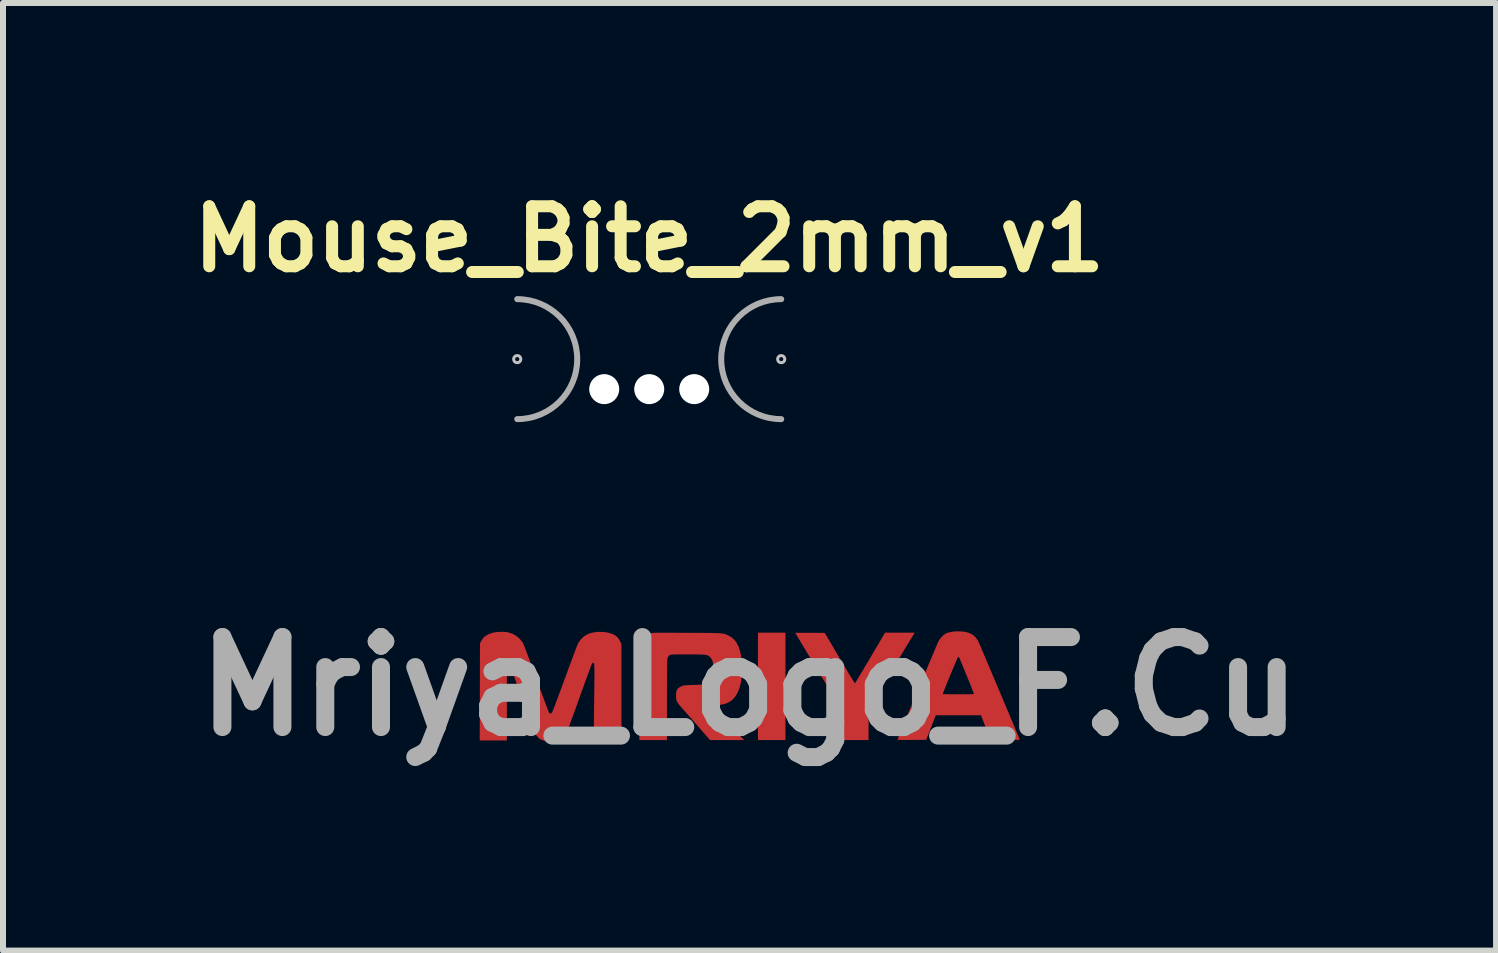
<source format=kicad_pcb>
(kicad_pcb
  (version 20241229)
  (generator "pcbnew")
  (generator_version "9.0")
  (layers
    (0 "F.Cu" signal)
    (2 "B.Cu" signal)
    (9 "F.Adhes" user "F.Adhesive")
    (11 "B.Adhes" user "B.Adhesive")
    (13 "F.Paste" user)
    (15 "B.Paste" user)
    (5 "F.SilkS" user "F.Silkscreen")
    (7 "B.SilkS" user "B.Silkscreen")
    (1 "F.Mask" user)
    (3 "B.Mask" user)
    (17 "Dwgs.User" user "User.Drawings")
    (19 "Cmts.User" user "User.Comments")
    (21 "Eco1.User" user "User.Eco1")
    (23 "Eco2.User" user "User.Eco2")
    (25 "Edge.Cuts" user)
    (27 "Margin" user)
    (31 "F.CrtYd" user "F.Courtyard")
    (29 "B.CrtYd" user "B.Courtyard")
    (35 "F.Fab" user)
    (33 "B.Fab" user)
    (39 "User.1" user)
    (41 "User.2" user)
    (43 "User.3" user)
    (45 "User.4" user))
  (footprint "Mriya_Logo_F.Cu"
    (layer "F.Cu")
    (at 9.443 8.39)
    (property "Reference" "Mriya_Logo_F.Cu" (at 0 0 0) (layer "F.Fab") (effects (font (size 1.5 1.5) (thickness 0.3))))
    (attr board_only exclude_from_pos_files exclude_from_bom)
    (fp_poly (pts (xy 0.599 0) (xy 0.599 0.895) (xy 0.37 0.895) (xy 0.14 0.895) (xy 0.14 0) (xy 0.14 -0.895) (xy 0.37 -0.895) (xy 0.599 -0.895)) (stroke (width 0) (type solid)) (fill yes) (layer "F.Cu"))
    (fp_poly (pts (xy 2.724 -0.846) (xy 2.715 -0.832) (xy 2.699 -0.806) (xy 2.676 -0.769) (xy 2.648 -0.721) (xy 2.613 -0.665) (xy 2.574 -0.6) (xy 2.531 -0.528) (xy 2.484 -0.451) (xy 2.434 -0.368) (xy 2.382 -0.282) (xy 2.339 -0.211) (xy 1.984 0.375) (xy 1.984 0.635) (xy 1.984 0.895) (xy 1.754 0.895) (xy 1.525 0.895) (xy 1.525 0.635) (xy 1.525 0.375) (xy 1.144 -0.256) (xy 1.089 -0.347) (xy 1.037 -0.434) (xy 0.987 -0.516) (xy 0.941 -0.592) (xy 0.899 -0.662) (xy 0.862 -0.724) (xy 0.83 -0.778) (xy 0.803 -0.822) (xy 0.783 -0.857) (xy 0.769 -0.88) (xy 0.763 -0.89) (xy 0.762 -0.891) (xy 0.77 -0.892) (xy 0.791 -0.893) (xy 0.824 -0.893) (xy 0.867 -0.893) (xy 0.918 -0.893) (xy 0.976 -0.893) (xy 1.008 -0.893) (xy 1.254 -0.891) (xy 1.503 -0.469) (xy 1.547 -0.395) (xy 1.588 -0.325) (xy 1.627 -0.261) (xy 1.661 -0.203) (xy 1.692 -0.153) (xy 1.717 -0.112) (xy 1.737 -0.08) (xy 1.751 -0.059) (xy 1.757 -0.05) (xy 1.758 -0.05) (xy 1.762 -0.057) (xy 1.774 -0.077) (xy 1.793 -0.107) (xy 1.817 -0.148) (xy 1.847 -0.197) (xy 1.881 -0.254) (xy 1.918 -0.318) (xy 1.959 -0.386) (xy 2.003 -0.46) (xy 2.011 -0.474) (xy 2.259 -0.895) (xy 2.507 -0.895) (xy 2.754 -0.895)) (stroke (width 0) (type solid)) (fill yes) (layer "F.Cu"))
    (fp_poly (pts (xy 3.53 -0.916) (xy 3.594 -0.908) (xy 3.651 -0.894) (xy 3.651 -0.894) (xy 3.708 -0.867) (xy 3.757 -0.828) (xy 3.798 -0.778) (xy 3.81 -0.757) (xy 3.815 -0.746) (xy 3.825 -0.722) (xy 3.841 -0.686) (xy 3.861 -0.638) (xy 3.886 -0.581) (xy 3.914 -0.515) (xy 3.945 -0.442) (xy 3.979 -0.362) (xy 4.015 -0.277) (xy 4.052 -0.188) (xy 4.091 -0.096) (xy 4.131 -0.002) (xy 4.171 0.093) (xy 4.211 0.188) (xy 4.25 0.281) (xy 4.288 0.372) (xy 4.325 0.458) (xy 4.359 0.54) (xy 4.391 0.616) (xy 4.42 0.685) (xy 4.445 0.746) (xy 4.466 0.797) (xy 4.483 0.838) (xy 4.495 0.867) (xy 4.501 0.882) (xy 4.502 0.885) (xy 4.499 0.888) (xy 4.492 0.89) (xy 4.479 0.892) (xy 4.458 0.893) (xy 4.427 0.893) (xy 4.386 0.894) (xy 4.332 0.893) (xy 4.265 0.893) (xy 4.263 0.893) (xy 4.019 0.891) (xy 3.938 0.687) (xy 3.857 0.482) (xy 3.481 0.482) (xy 3.105 0.482) (xy 3.024 0.687) (xy 2.944 0.891) (xy 2.705 0.893) (xy 2.632 0.893) (xy 2.574 0.893) (xy 2.529 0.893) (xy 2.497 0.891) (xy 2.477 0.89) (xy 2.467 0.887) (xy 2.466 0.886) (xy 2.469 0.878) (xy 2.478 0.856) (xy 2.491 0.823) (xy 2.509 0.778) (xy 2.532 0.723) (xy 2.558 0.66) (xy 2.587 0.589) (xy 2.619 0.511) (xy 2.654 0.428) (xy 2.69 0.341) (xy 2.728 0.25) (xy 2.767 0.157) (xy 2.779 0.128) (xy 3.221 0.128) (xy 3.228 0.129) (xy 3.249 0.13) (xy 3.283 0.131) (xy 3.326 0.131) (xy 3.378 0.132) (xy 3.436 0.132) (xy 3.482 0.132) (xy 3.552 0.132) (xy 3.609 0.132) (xy 3.653 0.132) (xy 3.686 0.131) (xy 3.709 0.13) (xy 3.725 0.129) (xy 3.734 0.127) (xy 3.738 0.124) (xy 3.739 0.121) (xy 3.738 0.116) (xy 3.733 0.103) (xy 3.723 0.078) (xy 3.709 0.043) (xy 3.692 -0.001) (xy 3.672 -0.051) (xy 3.65 -0.105) (xy 3.627 -0.162) (xy 3.603 -0.22) (xy 3.58 -0.276) (xy 3.558 -0.329) (xy 3.539 -0.377) (xy 3.522 -0.417) (xy 3.508 -0.449) (xy 3.499 -0.47) (xy 3.495 -0.478) (xy 3.486 -0.494) (xy 3.471 -0.478) (xy 3.466 -0.469) (xy 3.456 -0.447) (xy 3.442 -0.415) (xy 3.424 -0.373) (xy 3.404 -0.325) (xy 3.381 -0.272) (xy 3.358 -0.215) (xy 3.334 -0.158) (xy 3.31 -0.1) (xy 3.288 -0.046) (xy 3.268 0.005) (xy 3.25 0.049) (xy 3.236 0.085) (xy 3.226 0.112) (xy 3.221 0.126) (xy 3.221 0.128) (xy 2.779 0.128) (xy 2.806 0.063) (xy 2.845 -0.031) (xy 2.884 -0.124) (xy 2.922 -0.214) (xy 2.959 -0.302) (xy 2.993 -0.384) (xy 3.026 -0.461) (xy 3.055 -0.532) (xy 3.082 -0.594) (xy 3.104 -0.648) (xy 3.123 -0.692) (xy 3.137 -0.724) (xy 3.146 -0.745) (xy 3.149 -0.75) (xy 3.172 -0.788) (xy 3.204 -0.825) (xy 3.238 -0.858) (xy 3.272 -0.881) (xy 3.282 -0.886) (xy 3.333 -0.902) (xy 3.394 -0.913) (xy 3.461 -0.917)) (stroke (width 0) (type solid)) (fill yes) (layer "F.Cu"))
    (fp_poly (pts (xy -1.302 -0.894) (xy -1.217 -0.893) (xy -1.118 -0.893) (xy -1.046 -0.893) (xy -0.935 -0.892) (xy -0.838 -0.892) (xy -0.754 -0.891) (xy -0.683 -0.89) (xy -0.622 -0.89) (xy -0.571 -0.888) (xy -0.529 -0.887) (xy -0.494 -0.885) (xy -0.466 -0.882) (xy -0.442 -0.879) (xy -0.423 -0.875) (xy -0.406 -0.871) (xy -0.391 -0.865) (xy -0.376 -0.859) (xy -0.361 -0.852) (xy -0.347 -0.845) (xy -0.296 -0.814) (xy -0.253 -0.776) (xy -0.219 -0.731) (xy -0.186 -0.67) (xy -0.16 -0.596) (xy -0.141 -0.51) (xy -0.129 -0.414) (xy -0.125 -0.31) (xy -0.125 -0.307) (xy -0.129 -0.188) (xy -0.141 -0.082) (xy -0.162 0.011) (xy -0.192 0.091) (xy -0.229 0.159) (xy -0.267 0.205) (xy -0.312 0.245) (xy -0.363 0.274) (xy -0.42 0.295) (xy -0.487 0.307) (xy -0.565 0.311) (xy -0.574 0.311) (xy -0.609 0.312) (xy -0.637 0.313) (xy -0.655 0.315) (xy -0.661 0.317) (xy -0.656 0.323) (xy -0.641 0.34) (xy -0.616 0.365) (xy -0.584 0.398) (xy -0.545 0.438) (xy -0.5 0.484) (xy -0.45 0.534) (xy -0.396 0.588) (xy -0.375 0.609) (xy -0.09 0.895) (xy -0.374 0.895) (xy -0.659 0.895) (xy -0.861 0.663) (xy -0.908 0.609) (xy -0.954 0.556) (xy -0.998 0.506) (xy -1.038 0.461) (xy -1.073 0.422) (xy -1.1 0.391) (xy -1.12 0.37) (xy -1.12 0.369) (xy -1.147 0.338) (xy -1.173 0.306) (xy -1.193 0.278) (xy -1.202 0.264) (xy -1.214 0.24) (xy -1.221 0.22) (xy -1.224 0.196) (xy -1.225 0.164) (xy -1.225 0.156) (xy -1.223 0.107) (xy -1.215 0.071) (xy -1.201 0.043) (xy -1.177 0.022) (xy -1.148 0.004) (xy -1.133 -0.003) (xy -1.12 -0.009) (xy -1.105 -0.013) (xy -1.088 -0.016) (xy -1.064 -0.018) (xy -1.033 -0.02) (xy -0.991 -0.022) (xy -0.937 -0.023) (xy -0.927 -0.024) (xy -0.86 -0.026) (xy -0.806 -0.029) (xy -0.764 -0.032) (xy -0.731 -0.037) (xy -0.706 -0.044) (xy -0.686 -0.053) (xy -0.67 -0.064) (xy -0.656 -0.076) (xy -0.635 -0.104) (xy -0.619 -0.14) (xy -0.609 -0.186) (xy -0.604 -0.245) (xy -0.603 -0.28) (xy -0.605 -0.341) (xy -0.61 -0.389) (xy -0.619 -0.427) (xy -0.633 -0.457) (xy -0.652 -0.482) (xy -0.665 -0.495) (xy -0.677 -0.505) (xy -0.691 -0.513) (xy -0.708 -0.519) (xy -0.73 -0.524) (xy -0.758 -0.528) (xy -0.795 -0.53) (xy -0.84 -0.532) (xy -0.897 -0.533) (xy -0.967 -0.533) (xy -1.032 -0.533) (xy -1.106 -0.533) (xy -1.166 -0.533) (xy -1.213 -0.532) (xy -1.25 -0.532) (xy -1.277 -0.531) (xy -1.297 -0.529) (xy -1.311 -0.527) (xy -1.321 -0.525) (xy -1.329 -0.521) (xy -1.335 -0.517) (xy -1.336 -0.517) (xy -1.354 -0.497) (xy -1.367 -0.474) (xy -1.367 -0.474) (xy -1.369 -0.465) (xy -1.37 -0.447) (xy -1.371 -0.42) (xy -1.373 -0.383) (xy -1.374 -0.336) (xy -1.374 -0.277) (xy -1.375 -0.207) (xy -1.376 -0.124) (xy -1.376 -0.027) (xy -1.376 0.084) (xy -1.377 0.209) (xy -1.377 0.224) (xy -1.377 0.895) (xy -1.607 0.895) (xy -1.836 0.895) (xy -1.834 0.091) (xy -1.834 -0.042) (xy -1.834 -0.16) (xy -1.833 -0.265) (xy -1.833 -0.357) (xy -1.832 -0.438) (xy -1.832 -0.507) (xy -1.831 -0.566) (xy -1.829 -0.616) (xy -1.827 -0.657) (xy -1.825 -0.692) (xy -1.822 -0.72) (xy -1.819 -0.742) (xy -1.814 -0.76) (xy -1.809 -0.774) (xy -1.803 -0.785) (xy -1.797 -0.795) (xy -1.789 -0.803) (xy -1.78 -0.812) (xy -1.77 -0.821) (xy -1.765 -0.826) (xy -1.739 -0.849) (xy -1.712 -0.865) (xy -1.677 -0.878) (xy -1.675 -0.879) (xy -1.664 -0.882) (xy -1.654 -0.885) (xy -1.643 -0.887) (xy -1.629 -0.889) (xy -1.612 -0.89) (xy -1.59 -0.892) (xy -1.563 -0.893) (xy -1.529 -0.893) (xy -1.487 -0.894) (xy -1.436 -0.894) (xy -1.375 -0.894)) (stroke (width 0) (type solid)) (fill yes) (layer "F.Cu"))
    (fp_poly (pts (xy -4.087 -0.908) (xy -4.034 -0.902) (xy -4.015 -0.898) (xy -3.947 -0.875) (xy -3.885 -0.839) (xy -3.831 -0.793) (xy -3.787 -0.738) (xy -3.765 -0.699) (xy -3.759 -0.683) (xy -3.748 -0.655) (xy -3.732 -0.614) (xy -3.713 -0.562) (xy -3.69 -0.501) (xy -3.665 -0.432) (xy -3.637 -0.356) (xy -3.607 -0.275) (xy -3.575 -0.189) (xy -3.548 -0.115) (xy -3.516 -0.028) (xy -3.486 0.056) (xy -3.457 0.134) (xy -3.43 0.206) (xy -3.407 0.27) (xy -3.386 0.326) (xy -3.369 0.371) (xy -3.356 0.405) (xy -3.347 0.427) (xy -3.344 0.435) (xy -3.327 0.452) (xy -3.31 0.454) (xy -3.297 0.445) (xy -3.292 0.436) (xy -3.282 0.413) (xy -3.268 0.378) (xy -3.25 0.332) (xy -3.229 0.275) (xy -3.204 0.21) (xy -3.177 0.137) (xy -3.147 0.058) (xy -3.116 -0.027) (xy -3.083 -0.116) (xy -3.08 -0.124) (xy -3.047 -0.214) (xy -3.016 -0.301) (xy -2.985 -0.382) (xy -2.957 -0.458) (xy -2.932 -0.526) (xy -2.909 -0.586) (xy -2.89 -0.637) (xy -2.874 -0.676) (xy -2.863 -0.704) (xy -2.857 -0.718) (xy -2.857 -0.718) (xy -2.816 -0.779) (xy -2.767 -0.828) (xy -2.709 -0.865) (xy -2.641 -0.891) (xy -2.562 -0.905) (xy -2.524 -0.908) (xy -2.437 -0.907) (xy -2.358 -0.896) (xy -2.29 -0.875) (xy -2.261 -0.862) (xy -2.222 -0.837) (xy -2.193 -0.808) (xy -2.168 -0.771) (xy -2.156 -0.747) (xy -2.135 -0.704) (xy -2.135 0.097) (xy -2.135 0.899) (xy -2.361 0.901) (xy -2.418 0.901) (xy -2.471 0.901) (xy -2.517 0.9) (xy -2.553 0.899) (xy -2.579 0.898) (xy -2.591 0.896) (xy -2.592 0.896) (xy -2.593 0.887) (xy -2.594 0.864) (xy -2.594 0.828) (xy -2.594 0.78) (xy -2.594 0.721) (xy -2.594 0.652) (xy -2.594 0.575) (xy -2.593 0.49) (xy -2.592 0.4) (xy -2.591 0.304) (xy -2.59 0.263) (xy -2.589 0.146) (xy -2.587 0.044) (xy -2.586 -0.044) (xy -2.586 -0.12) (xy -2.585 -0.184) (xy -2.585 -0.238) (xy -2.586 -0.281) (xy -2.586 -0.316) (xy -2.588 -0.343) (xy -2.589 -0.364) (xy -2.592 -0.378) (xy -2.594 -0.388) (xy -2.598 -0.393) (xy -2.601 -0.396) (xy -2.606 -0.397) (xy -2.606 -0.397) (xy -2.615 -0.391) (xy -2.626 -0.378) (xy -2.631 -0.368) (xy -2.64 -0.344) (xy -2.654 -0.308) (xy -2.671 -0.261) (xy -2.692 -0.204) (xy -2.716 -0.138) (xy -2.743 -0.066) (xy -2.771 0.013) (xy -2.802 0.098) (xy -2.829 0.173) (xy -2.86 0.261) (xy -2.891 0.346) (xy -2.92 0.427) (xy -2.948 0.502) (xy -2.973 0.569) (xy -2.994 0.629) (xy -3.013 0.678) (xy -3.028 0.717) (xy -3.038 0.743) (xy -3.042 0.754) (xy -3.074 0.811) (xy -3.109 0.855) (xy -3.15 0.885) (xy -3.166 0.893) (xy -3.187 0.902) (xy -3.209 0.908) (xy -3.233 0.912) (xy -3.266 0.914) (xy -3.299 0.915) (xy -3.336 0.916) (xy -3.368 0.915) (xy -3.392 0.914) (xy -3.404 0.913) (xy -3.462 0.894) (xy -3.508 0.866) (xy -3.546 0.828) (xy -3.579 0.777) (xy -3.583 0.769) (xy -3.589 0.755) (xy -3.6 0.728) (xy -3.615 0.688) (xy -3.634 0.638) (xy -3.656 0.577) (xy -3.681 0.509) (xy -3.708 0.433) (xy -3.738 0.351) (xy -3.769 0.265) (xy -3.801 0.176) (xy -3.832 0.087) (xy -3.863 0.003) (xy -3.892 -0.077) (xy -3.918 -0.15) (xy -3.942 -0.215) (xy -3.964 -0.272) (xy -3.981 -0.319) (xy -3.995 -0.354) (xy -4.005 -0.378) (xy -4.01 -0.388) (xy -4.01 -0.388) (xy -4.021 -0.396) (xy -4.029 -0.392) (xy -4.034 -0.386) (xy -4.036 -0.381) (xy -4.038 -0.372) (xy -4.04 -0.359) (xy -4.041 -0.34) (xy -4.042 -0.314) (xy -4.043 -0.28) (xy -4.044 -0.238) (xy -4.044 -0.185) (xy -4.045 -0.122) (xy -4.045 -0.048) (xy -4.045 0.039) (xy -4.045 0.14) (xy -4.045 0.255) (xy -4.045 0.266) (xy -4.045 0.902) (xy -4.271 0.902) (xy -4.497 0.902) (xy -4.495 0.095) (xy -4.493 -0.712) (xy -4.475 -0.751) (xy -4.445 -0.799) (xy -4.404 -0.838) (xy -4.351 -0.869) (xy -4.285 -0.892) (xy -4.257 -0.899) (xy -4.205 -0.906) (xy -4.147 -0.909)) (stroke (width 0) (type solid)) (fill yes) (layer "F.Cu")))
  (footprint "Mouse_Bite_2mm_v1"
    (layer "F.Cu")
    (at 7.771 2.936)
    (property "Reference" "Mouse_Bite_2mm_v1" (at 0 -2 0) (layer "F.SilkS") (effects (font (size 1 1) (thickness 0.2))))
    (attr through_hole)
    (fp_circle (center -2.2 0) (end -2.2 -0.06) (stroke (width 0.05) (type solid)) (fill no) (layer "Dwgs.User"))
    (fp_circle (center 2.2 0) (end 2.26 0) (stroke (width 0.05) (type solid)) (fill no) (layer "Dwgs.User"))
    (fp_line (start -2.2 0) (end -2.2 0) (stroke (width 2) (type solid)) (layer "Eco1.User"))
    (fp_line (start 2.2 0) (end 2.2 0) (stroke (width 2) (type solid)) (layer "Eco1.User"))
    (fp_arc (start -2.2 -1) (mid -1.2 0) (end -2.2 1) (stroke (width 0.1) (type solid)) (layer "F.Fab"))
    (fp_arc (start 2.2 1) (mid 1.2 0) (end 2.2 -1) (stroke (width 0.1) (type solid)) (layer "F.Fab"))
    (pad "" np_thru_hole circle (at -0.75 0.5) (size 0.5 0.5) (drill 0.5) (layers "*.Cu" "*.Mask"))
    (pad "" np_thru_hole circle (at 0 0.5) (size 0.5 0.5) (drill 0.5) (layers "*.Cu" "*.Mask"))
    (pad "" np_thru_hole circle (at 0.75 0.5) (size 0.5 0.5) (drill 0.5) (layers "*.Cu" "*.Mask")))
  (gr_rect
    (start -3 -3)
    (end 21.886 12.794)
    (stroke (width 0.1) (type default))
    (fill no)
    (layer "Edge.Cuts")))
</source>
